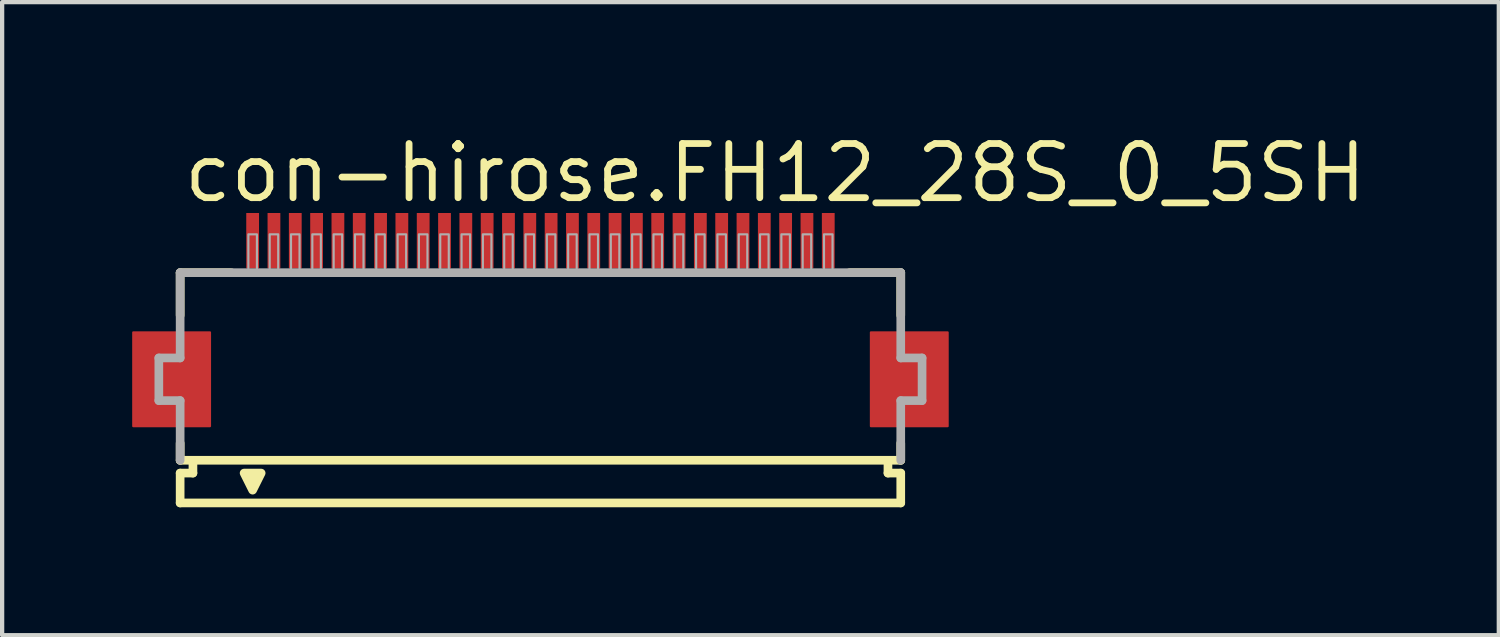
<source format=kicad_pcb>
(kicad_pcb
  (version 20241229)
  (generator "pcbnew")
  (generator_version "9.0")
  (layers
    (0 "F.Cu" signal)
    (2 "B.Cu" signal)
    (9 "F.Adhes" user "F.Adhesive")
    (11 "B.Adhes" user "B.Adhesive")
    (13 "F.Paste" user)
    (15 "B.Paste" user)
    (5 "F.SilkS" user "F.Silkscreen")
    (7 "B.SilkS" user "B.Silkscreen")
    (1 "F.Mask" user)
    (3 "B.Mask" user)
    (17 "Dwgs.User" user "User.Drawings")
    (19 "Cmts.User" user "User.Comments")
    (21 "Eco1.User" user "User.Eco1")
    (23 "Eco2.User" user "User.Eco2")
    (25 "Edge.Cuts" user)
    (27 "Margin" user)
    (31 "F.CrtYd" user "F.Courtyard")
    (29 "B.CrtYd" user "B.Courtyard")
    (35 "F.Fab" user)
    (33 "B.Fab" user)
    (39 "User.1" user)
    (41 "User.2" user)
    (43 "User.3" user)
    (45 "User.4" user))
  (footprint "con-hirose.FH12_28S_0_5SH"
    (layer "F.Cu")
    (at 9.625 5.845)
    (property "Reference" "con-hirose.FH12_28S_0_5SH" (at -8.448 -4.095 0) (layer "F.SilkS") (effects (font (size 1.27 1.27) (thickness 0.16)) (justify left bottom)))
    (attr smd)
    (fp_rect (start -9.55 1.1) (end -7.75 -1.1) (stroke (width 0.05) (type default)) (fill yes) (layer "F.Cu"))
    (fp_rect (start 7.75 1.1) (end 9.55 -1.1) (stroke (width 0.05) (type default)) (fill yes) (layer "F.Cu"))
    (fp_rect (start -9.6 1.175) (end -7.7 -1.175) (stroke (width 0.05) (type default)) (fill yes) (layer "F.Mask"))
    (fp_rect (start -6.95 -2.55) (end -6.55 -3.95) (stroke (width 0.05) (type default)) (fill yes) (layer "F.Mask"))
    (fp_rect (start -6.45 -2.55) (end -6.05 -3.95) (stroke (width 0.05) (type default)) (fill yes) (layer "F.Mask"))
    (fp_rect (start -5.95 -2.55) (end -5.55 -3.95) (stroke (width 0.05) (type default)) (fill yes) (layer "F.Mask"))
    (fp_rect (start -5.45 -2.55) (end -5.05 -3.95) (stroke (width 0.05) (type default)) (fill yes) (layer "F.Mask"))
    (fp_rect (start -4.95 -2.55) (end -4.55 -3.95) (stroke (width 0.05) (type default)) (fill yes) (layer "F.Mask"))
    (fp_rect (start -4.45 -2.55) (end -4.05 -3.95) (stroke (width 0.05) (type default)) (fill yes) (layer "F.Mask"))
    (fp_rect (start -3.95 -2.55) (end -3.55 -3.95) (stroke (width 0.05) (type default)) (fill yes) (layer "F.Mask"))
    (fp_rect (start -3.45 -2.55) (end -3.05 -3.95) (stroke (width 0.05) (type default)) (fill yes) (layer "F.Mask"))
    (fp_rect (start -2.95 -2.55) (end -2.55 -3.95) (stroke (width 0.05) (type default)) (fill yes) (layer "F.Mask"))
    (fp_rect (start -2.45 -2.55) (end -2.05 -3.95) (stroke (width 0.05) (type default)) (fill yes) (layer "F.Mask"))
    (fp_rect (start -1.95 -2.55) (end -1.55 -3.95) (stroke (width 0.05) (type default)) (fill yes) (layer "F.Mask"))
    (fp_rect (start -1.45 -2.55) (end -1.05 -3.95) (stroke (width 0.05) (type default)) (fill yes) (layer "F.Mask"))
    (fp_rect (start -0.95 -2.55) (end -0.55 -3.95) (stroke (width 0.05) (type default)) (fill yes) (layer "F.Mask"))
    (fp_rect (start -0.45 -2.55) (end -0.05 -3.95) (stroke (width 0.05) (type default)) (fill yes) (layer "F.Mask"))
    (fp_rect (start 0.05 -2.55) (end 0.45 -3.95) (stroke (width 0.05) (type default)) (fill yes) (layer "F.Mask"))
    (fp_rect (start 0.55 -2.55) (end 0.95 -3.95) (stroke (width 0.05) (type default)) (fill yes) (layer "F.Mask"))
    (fp_rect (start 1.05 -2.55) (end 1.45 -3.95) (stroke (width 0.05) (type default)) (fill yes) (layer "F.Mask"))
    (fp_rect (start 1.55 -2.55) (end 1.95 -3.95) (stroke (width 0.05) (type default)) (fill yes) (layer "F.Mask"))
    (fp_rect (start 2.05 -2.55) (end 2.45 -3.95) (stroke (width 0.05) (type default)) (fill yes) (layer "F.Mask"))
    (fp_rect (start 2.55 -2.55) (end 2.95 -3.95) (stroke (width 0.05) (type default)) (fill yes) (layer "F.Mask"))
    (fp_rect (start 3.05 -2.55) (end 3.45 -3.95) (stroke (width 0.05) (type default)) (fill yes) (layer "F.Mask"))
    (fp_rect (start 3.55 -2.55) (end 3.95 -3.95) (stroke (width 0.05) (type default)) (fill yes) (layer "F.Mask"))
    (fp_rect (start 4.05 -2.55) (end 4.45 -3.95) (stroke (width 0.05) (type default)) (fill yes) (layer "F.Mask"))
    (fp_rect (start 4.55 -2.55) (end 4.95 -3.95) (stroke (width 0.05) (type default)) (fill yes) (layer "F.Mask"))
    (fp_rect (start 5.05 -2.55) (end 5.45 -3.95) (stroke (width 0.05) (type default)) (fill yes) (layer "F.Mask"))
    (fp_rect (start 5.55 -2.55) (end 5.95 -3.95) (stroke (width 0.05) (type default)) (fill yes) (layer "F.Mask"))
    (fp_rect (start 6.05 -2.55) (end 6.45 -3.95) (stroke (width 0.05) (type default)) (fill yes) (layer "F.Mask"))
    (fp_rect (start 6.55 -2.55) (end 6.95 -3.95) (stroke (width 0.05) (type default)) (fill yes) (layer "F.Mask"))
    (fp_rect (start 7.7 1.175) (end 9.6 -1.175) (stroke (width 0.05) (type default)) (fill yes) (layer "F.Mask"))
    (fp_line (start -8.45 -2.5) (end -8.45 -1.5) (stroke (width 0.203) (type default)) (layer "F.SilkS"))
    (fp_line (start -8.45 1.5) (end -8.45 1.9) (stroke (width 0.203) (type default)) (layer "F.SilkS"))
    (fp_line (start -8.45 1.9) (end -8.15 1.9) (stroke (width 0.203) (type default)) (layer "F.SilkS"))
    (fp_line (start -8.45 2.2) (end -8.45 2.9) (stroke (width 0.203) (type default)) (layer "F.SilkS"))
    (fp_line (start -8.15 1.9) (end -8.15 2.2) (stroke (width 0.203) (type default)) (layer "F.SilkS"))
    (fp_line (start -8.15 2.2) (end -8.45 2.2) (stroke (width 0.203) (type default)) (layer "F.SilkS"))
    (fp_line (start -7.25 -2.5) (end -8.45 -2.5) (stroke (width 0.203) (type default)) (layer "F.SilkS"))
    (fp_line (start 8.15 1.9) (end -8.15 1.9) (stroke (width 0.203) (type default)) (layer "F.SilkS"))
    (fp_line (start 8.15 1.9) (end 8.45 1.9) (stroke (width 0.203) (type default)) (layer "F.SilkS"))
    (fp_line (start 8.15 2.2) (end 8.15 1.9) (stroke (width 0.203) (type default)) (layer "F.SilkS"))
    (fp_line (start 8.45 -2.5) (end 7.25 -2.5) (stroke (width 0.203) (type default)) (layer "F.SilkS"))
    (fp_line (start 8.45 -1.5) (end 8.45 -2.5) (stroke (width 0.203) (type default)) (layer "F.SilkS"))
    (fp_line (start 8.45 1.9) (end 8.45 1.5) (stroke (width 0.203) (type default)) (layer "F.SilkS"))
    (fp_line (start 8.45 2.2) (end 8.15 2.2) (stroke (width 0.203) (type default)) (layer "F.SilkS"))
    (fp_line (start 8.45 2.9) (end -8.45 2.9) (stroke (width 0.203) (type default)) (layer "F.SilkS"))
    (fp_line (start 8.45 2.9) (end 8.45 2.2) (stroke (width 0.203) (type default)) (layer "F.SilkS"))
    (fp_poly (pts (xy -6.95 2.2) (xy -6.75 2.6) (xy -6.55 2.2)) (stroke (width 0.203) (type default)) (fill yes) (layer "F.SilkS"))
    (fp_rect (start -9.475 1.025) (end -7.825 -1.025) (stroke (width 0.05) (type default)) (fill yes) (layer "F.Paste"))
    (fp_rect (start -6.875 -2.625) (end -6.625 -3.875) (stroke (width 0.05) (type default)) (fill yes) (layer "F.Paste"))
    (fp_rect (start -6.375 -2.625) (end -6.125 -3.875) (stroke (width 0.05) (type default)) (fill yes) (layer "F.Paste"))
    (fp_rect (start -5.875 -2.625) (end -5.625 -3.875) (stroke (width 0.05) (type default)) (fill yes) (layer "F.Paste"))
    (fp_rect (start -5.375 -2.625) (end -5.125 -3.875) (stroke (width 0.05) (type default)) (fill yes) (layer "F.Paste"))
    (fp_rect (start -4.875 -2.625) (end -4.625 -3.875) (stroke (width 0.05) (type default)) (fill yes) (layer "F.Paste"))
    (fp_rect (start -4.375 -2.625) (end -4.125 -3.875) (stroke (width 0.05) (type default)) (fill yes) (layer "F.Paste"))
    (fp_rect (start -3.875 -2.625) (end -3.625 -3.875) (stroke (width 0.05) (type default)) (fill yes) (layer "F.Paste"))
    (fp_rect (start -3.375 -2.625) (end -3.125 -3.875) (stroke (width 0.05) (type default)) (fill yes) (layer "F.Paste"))
    (fp_rect (start -2.875 -2.625) (end -2.625 -3.875) (stroke (width 0.05) (type default)) (fill yes) (layer "F.Paste"))
    (fp_rect (start -2.375 -2.625) (end -2.125 -3.875) (stroke (width 0.05) (type default)) (fill yes) (layer "F.Paste"))
    (fp_rect (start -1.875 -2.625) (end -1.625 -3.875) (stroke (width 0.05) (type default)) (fill yes) (layer "F.Paste"))
    (fp_rect (start -1.375 -2.625) (end -1.125 -3.875) (stroke (width 0.05) (type default)) (fill yes) (layer "F.Paste"))
    (fp_rect (start -0.875 -2.625) (end -0.625 -3.875) (stroke (width 0.05) (type default)) (fill yes) (layer "F.Paste"))
    (fp_rect (start -0.375 -2.625) (end -0.125 -3.875) (stroke (width 0.05) (type default)) (fill yes) (layer "F.Paste"))
    (fp_rect (start 0.125 -2.625) (end 0.375 -3.875) (stroke (width 0.05) (type default)) (fill yes) (layer "F.Paste"))
    (fp_rect (start 0.625 -2.625) (end 0.875 -3.875) (stroke (width 0.05) (type default)) (fill yes) (layer "F.Paste"))
    (fp_rect (start 1.125 -2.625) (end 1.375 -3.875) (stroke (width 0.05) (type default)) (fill yes) (layer "F.Paste"))
    (fp_rect (start 1.625 -2.625) (end 1.875 -3.875) (stroke (width 0.05) (type default)) (fill yes) (layer "F.Paste"))
    (fp_rect (start 2.125 -2.625) (end 2.375 -3.875) (stroke (width 0.05) (type default)) (fill yes) (layer "F.Paste"))
    (fp_rect (start 2.625 -2.625) (end 2.875 -3.875) (stroke (width 0.05) (type default)) (fill yes) (layer "F.Paste"))
    (fp_rect (start 3.125 -2.625) (end 3.375 -3.875) (stroke (width 0.05) (type default)) (fill yes) (layer "F.Paste"))
    (fp_rect (start 3.625 -2.625) (end 3.875 -3.875) (stroke (width 0.05) (type default)) (fill yes) (layer "F.Paste"))
    (fp_rect (start 4.125 -2.625) (end 4.375 -3.875) (stroke (width 0.05) (type default)) (fill yes) (layer "F.Paste"))
    (fp_rect (start 4.625 -2.625) (end 4.875 -3.875) (stroke (width 0.05) (type default)) (fill yes) (layer "F.Paste"))
    (fp_rect (start 5.125 -2.625) (end 5.375 -3.875) (stroke (width 0.05) (type default)) (fill yes) (layer "F.Paste"))
    (fp_rect (start 5.625 -2.625) (end 5.875 -3.875) (stroke (width 0.05) (type default)) (fill yes) (layer "F.Paste"))
    (fp_rect (start 6.125 -2.625) (end 6.375 -3.875) (stroke (width 0.05) (type default)) (fill yes) (layer "F.Paste"))
    (fp_rect (start 6.625 -2.625) (end 6.875 -3.875) (stroke (width 0.05) (type default)) (fill yes) (layer "F.Paste"))
    (fp_rect (start 7.825 1.025) (end 9.475 -1.025) (stroke (width 0.05) (type default)) (fill yes) (layer "F.Paste"))
    (fp_line (start -8.95 -0.5) (end -8.95 0.5) (stroke (width 0.203) (type default)) (layer "F.Fab"))
    (fp_line (start -8.95 0.5) (end -8.45 0.5) (stroke (width 0.203) (type default)) (layer "F.Fab"))
    (fp_line (start -8.45 -2.5) (end -8.45 -0.5) (stroke (width 0.203) (type default)) (layer "F.Fab"))
    (fp_line (start -8.45 -0.5) (end -8.95 -0.5) (stroke (width 0.203) (type default)) (layer "F.Fab"))
    (fp_line (start -8.45 0.5) (end -8.45 1.9) (stroke (width 0.203) (type default)) (layer "F.Fab"))
    (fp_line (start 8.45 -2.5) (end -8.45 -2.5) (stroke (width 0.203) (type default)) (layer "F.Fab"))
    (fp_line (start 8.45 -0.5) (end 8.45 -2.5) (stroke (width 0.203) (type default)) (layer "F.Fab"))
    (fp_line (start 8.45 0.5) (end 8.95 0.5) (stroke (width 0.203) (type default)) (layer "F.Fab"))
    (fp_line (start 8.45 1.9) (end 8.45 0.5) (stroke (width 0.203) (type default)) (layer "F.Fab"))
    (fp_line (start 8.95 -0.5) (end 8.45 -0.5) (stroke (width 0.203) (type default)) (layer "F.Fab"))
    (fp_line (start 8.95 0.5) (end 8.95 -0.5) (stroke (width 0.203) (type default)) (layer "F.Fab"))
    (fp_rect (start -6.85 -2.55) (end -6.65 -3.4) (stroke (width 0.05) (type default)) (fill no) (layer "F.Fab"))
    (fp_rect (start -6.35 -2.55) (end -6.15 -3.4) (stroke (width 0.05) (type default)) (fill no) (layer "F.Fab"))
    (fp_rect (start -5.85 -2.55) (end -5.65 -3.4) (stroke (width 0.05) (type default)) (fill no) (layer "F.Fab"))
    (fp_rect (start -5.35 -2.55) (end -5.15 -3.4) (stroke (width 0.05) (type default)) (fill no) (layer "F.Fab"))
    (fp_rect (start -4.85 -2.55) (end -4.65 -3.4) (stroke (width 0.05) (type default)) (fill no) (layer "F.Fab"))
    (fp_rect (start -4.35 -2.55) (end -4.15 -3.4) (stroke (width 0.05) (type default)) (fill no) (layer "F.Fab"))
    (fp_rect (start -3.85 -2.55) (end -3.65 -3.4) (stroke (width 0.05) (type default)) (fill no) (layer "F.Fab"))
    (fp_rect (start -3.35 -2.55) (end -3.15 -3.4) (stroke (width 0.05) (type default)) (fill no) (layer "F.Fab"))
    (fp_rect (start -2.85 -2.55) (end -2.65 -3.4) (stroke (width 0.05) (type default)) (fill no) (layer "F.Fab"))
    (fp_rect (start -2.35 -2.55) (end -2.15 -3.4) (stroke (width 0.05) (type default)) (fill no) (layer "F.Fab"))
    (fp_rect (start -1.85 -2.55) (end -1.65 -3.4) (stroke (width 0.05) (type default)) (fill no) (layer "F.Fab"))
    (fp_rect (start -1.35 -2.55) (end -1.15 -3.4) (stroke (width 0.05) (type default)) (fill no) (layer "F.Fab"))
    (fp_rect (start -0.85 -2.55) (end -0.65 -3.4) (stroke (width 0.05) (type default)) (fill no) (layer "F.Fab"))
    (fp_rect (start -0.35 -2.55) (end -0.15 -3.4) (stroke (width 0.05) (type default)) (fill no) (layer "F.Fab"))
    (fp_rect (start 0.15 -2.55) (end 0.35 -3.4) (stroke (width 0.05) (type default)) (fill no) (layer "F.Fab"))
    (fp_rect (start 0.65 -2.55) (end 0.85 -3.4) (stroke (width 0.05) (type default)) (fill no) (layer "F.Fab"))
    (fp_rect (start 1.15 -2.55) (end 1.35 -3.4) (stroke (width 0.05) (type default)) (fill no) (layer "F.Fab"))
    (fp_rect (start 1.65 -2.55) (end 1.85 -3.4) (stroke (width 0.05) (type default)) (fill no) (layer "F.Fab"))
    (fp_rect (start 2.15 -2.55) (end 2.35 -3.4) (stroke (width 0.05) (type default)) (fill no) (layer "F.Fab"))
    (fp_rect (start 2.65 -2.55) (end 2.85 -3.4) (stroke (width 0.05) (type default)) (fill no) (layer "F.Fab"))
    (fp_rect (start 3.15 -2.55) (end 3.35 -3.4) (stroke (width 0.05) (type default)) (fill no) (layer "F.Fab"))
    (fp_rect (start 3.65 -2.55) (end 3.85 -3.4) (stroke (width 0.05) (type default)) (fill no) (layer "F.Fab"))
    (fp_rect (start 4.15 -2.55) (end 4.35 -3.4) (stroke (width 0.05) (type default)) (fill no) (layer "F.Fab"))
    (fp_rect (start 4.65 -2.55) (end 4.85 -3.4) (stroke (width 0.05) (type default)) (fill no) (layer "F.Fab"))
    (fp_rect (start 5.15 -2.55) (end 5.35 -3.4) (stroke (width 0.05) (type default)) (fill no) (layer "F.Fab"))
    (fp_rect (start 5.65 -2.55) (end 5.85 -3.4) (stroke (width 0.05) (type default)) (fill no) (layer "F.Fab"))
    (fp_rect (start 6.15 -2.55) (end 6.35 -3.4) (stroke (width 0.05) (type default)) (fill no) (layer "F.Fab"))
    (fp_rect (start 6.65 -2.55) (end 6.85 -3.4) (stroke (width 0.05) (type default)) (fill no) (layer "F.Fab"))
    (pad "1" smd roundrect (at -6.75 -3.25) (size 0.3 1.3) (layers "F.Cu" "F.Mask" "F.Paste") (roundrect_rratio 0.01))
    (pad "2" smd roundrect (at -6.25 -3.25) (size 0.3 1.3) (layers "F.Cu" "F.Mask" "F.Paste") (roundrect_rratio 0.01))
    (pad "3" smd roundrect (at -5.75 -3.25) (size 0.3 1.3) (layers "F.Cu" "F.Mask" "F.Paste") (roundrect_rratio 0.01))
    (pad "4" smd roundrect (at -5.25 -3.25) (size 0.3 1.3) (layers "F.Cu" "F.Mask" "F.Paste") (roundrect_rratio 0.01))
    (pad "5" smd roundrect (at -4.75 -3.25) (size 0.3 1.3) (layers "F.Cu" "F.Mask" "F.Paste") (roundrect_rratio 0.01))
    (pad "6" smd roundrect (at -4.25 -3.25) (size 0.3 1.3) (layers "F.Cu" "F.Mask" "F.Paste") (roundrect_rratio 0.01))
    (pad "7" smd roundrect (at -3.75 -3.25) (size 0.3 1.3) (layers "F.Cu" "F.Mask" "F.Paste") (roundrect_rratio 0.01))
    (pad "8" smd roundrect (at -3.25 -3.25) (size 0.3 1.3) (layers "F.Cu" "F.Mask" "F.Paste") (roundrect_rratio 0.01))
    (pad "9" smd roundrect (at -2.75 -3.25) (size 0.3 1.3) (layers "F.Cu" "F.Mask" "F.Paste") (roundrect_rratio 0.01))
    (pad "10" smd roundrect (at -2.25 -3.25) (size 0.3 1.3) (layers "F.Cu" "F.Mask" "F.Paste") (roundrect_rratio 0.01))
    (pad "11" smd roundrect (at -1.75 -3.25) (size 0.3 1.3) (layers "F.Cu" "F.Mask" "F.Paste") (roundrect_rratio 0.01))
    (pad "12" smd roundrect (at -1.25 -3.25) (size 0.3 1.3) (layers "F.Cu" "F.Mask" "F.Paste") (roundrect_rratio 0.01))
    (pad "13" smd roundrect (at -0.75 -3.25) (size 0.3 1.3) (layers "F.Cu" "F.Mask" "F.Paste") (roundrect_rratio 0.01))
    (pad "14" smd roundrect (at -0.25 -3.25) (size 0.3 1.3) (layers "F.Cu" "F.Mask" "F.Paste") (roundrect_rratio 0.01))
    (pad "15" smd roundrect (at 0.25 -3.25) (size 0.3 1.3) (layers "F.Cu" "F.Mask" "F.Paste") (roundrect_rratio 0.01))
    (pad "16" smd roundrect (at 0.75 -3.25) (size 0.3 1.3) (layers "F.Cu" "F.Mask" "F.Paste") (roundrect_rratio 0.01))
    (pad "17" smd roundrect (at 1.25 -3.25) (size 0.3 1.3) (layers "F.Cu" "F.Mask" "F.Paste") (roundrect_rratio 0.01))
    (pad "18" smd roundrect (at 1.75 -3.25) (size 0.3 1.3) (layers "F.Cu" "F.Mask" "F.Paste") (roundrect_rratio 0.01))
    (pad "19" smd roundrect (at 2.25 -3.25) (size 0.3 1.3) (layers "F.Cu" "F.Mask" "F.Paste") (roundrect_rratio 0.01))
    (pad "20" smd roundrect (at 2.75 -3.25) (size 0.3 1.3) (layers "F.Cu" "F.Mask" "F.Paste") (roundrect_rratio 0.01))
    (pad "21" smd roundrect (at 3.25 -3.25) (size 0.3 1.3) (layers "F.Cu" "F.Mask" "F.Paste") (roundrect_rratio 0.01))
    (pad "22" smd roundrect (at 3.75 -3.25) (size 0.3 1.3) (layers "F.Cu" "F.Mask" "F.Paste") (roundrect_rratio 0.01))
    (pad "23" smd roundrect (at 4.25 -3.25) (size 0.3 1.3) (layers "F.Cu" "F.Mask" "F.Paste") (roundrect_rratio 0.01))
    (pad "24" smd roundrect (at 4.75 -3.25) (size 0.3 1.3) (layers "F.Cu" "F.Mask" "F.Paste") (roundrect_rratio 0.01))
    (pad "25" smd roundrect (at 5.25 -3.25) (size 0.3 1.3) (layers "F.Cu" "F.Mask" "F.Paste") (roundrect_rratio 0.01))
    (pad "26" smd roundrect (at 5.75 -3.25) (size 0.3 1.3) (layers "F.Cu" "F.Mask" "F.Paste") (roundrect_rratio 0.01))
    (pad "27" smd roundrect (at 6.25 -3.25) (size 0.3 1.3) (layers "F.Cu" "F.Mask" "F.Paste") (roundrect_rratio 0.01))
    (pad "28" smd roundrect (at 6.75 -3.25) (size 0.3 1.3) (layers "F.Cu" "F.Mask" "F.Paste") (roundrect_rratio 0.01)))
  (gr_rect
    (start -3 -3)
    (end 32.101 11.847)
    (stroke (width 0.1) (type default))
    (fill no)
    (layer "Edge.Cuts")))
</source>
